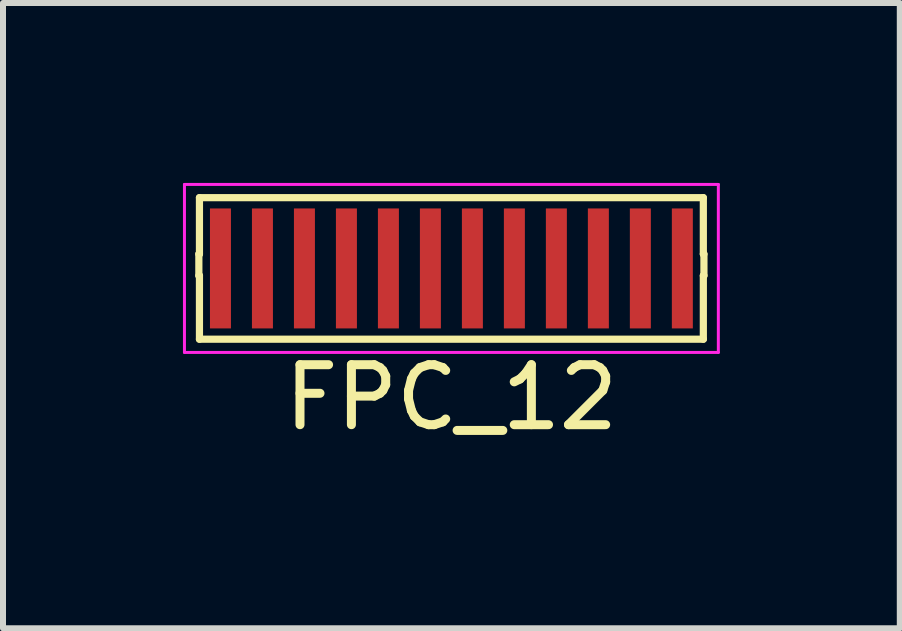
<source format=kicad_pcb>
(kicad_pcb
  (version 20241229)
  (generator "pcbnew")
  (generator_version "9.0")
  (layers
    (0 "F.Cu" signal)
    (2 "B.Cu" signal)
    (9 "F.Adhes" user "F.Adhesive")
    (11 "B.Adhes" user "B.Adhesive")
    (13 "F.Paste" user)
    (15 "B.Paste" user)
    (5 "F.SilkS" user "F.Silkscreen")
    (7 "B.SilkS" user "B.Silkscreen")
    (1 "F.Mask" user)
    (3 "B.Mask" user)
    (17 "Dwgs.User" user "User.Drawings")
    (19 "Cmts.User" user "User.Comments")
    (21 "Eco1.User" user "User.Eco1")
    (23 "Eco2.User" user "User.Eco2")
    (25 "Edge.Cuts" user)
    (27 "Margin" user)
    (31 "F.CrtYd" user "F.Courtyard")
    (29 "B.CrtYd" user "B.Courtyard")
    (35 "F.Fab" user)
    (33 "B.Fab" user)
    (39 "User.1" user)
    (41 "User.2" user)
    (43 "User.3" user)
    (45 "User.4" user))
  (footprint "FPC_12"
    (layer "F.Cu")
    (at 4.475 1.425)
    (property "Reference" "FPC_12" (at 0 2.15 0) (layer "F.SilkS") (effects (font (size 1 1) (thickness 0.15))))
    (attr through_hole)
    (fp_line (start -4.21 -0.24) (end -4.2 -0.24) (stroke (width 0.12) (type solid)) (layer "F.SilkS"))
    (fp_line (start -4.21 0.12) (end -4.21 -0.24) (stroke (width 0.12) (type solid)) (layer "F.SilkS"))
    (fp_line (start -4.2 -1.18) (end 4.2 -1.18) (stroke (width 0.12) (type solid)) (layer "F.SilkS"))
    (fp_line (start -4.2 -0.24) (end -4.2 -1.18) (stroke (width 0.12) (type solid)) (layer "F.SilkS"))
    (fp_line (start -4.2 0.12) (end -4.21 0.12) (stroke (width 0.12) (type solid)) (layer "F.SilkS"))
    (fp_line (start -4.2 1.18) (end -4.2 0.12) (stroke (width 0.12) (type solid)) (layer "F.SilkS"))
    (fp_line (start -4.2 1.18) (end 4.2 1.18) (stroke (width 0.12) (type solid)) (layer "F.SilkS"))
    (fp_line (start 4.2 -0.24) (end 4.2 -1.18) (stroke (width 0.12) (type solid)) (layer "F.SilkS"))
    (fp_line (start 4.2 0.12) (end 4.21 0.12) (stroke (width 0.12) (type solid)) (layer "F.SilkS"))
    (fp_line (start 4.2 1.18) (end 4.2 0.12) (stroke (width 0.12) (type solid)) (layer "F.SilkS"))
    (fp_line (start 4.21 -0.24) (end 4.2 -0.24) (stroke (width 0.12) (type solid)) (layer "F.SilkS"))
    (fp_line (start 4.21 0.12) (end 4.21 -0.24) (stroke (width 0.12) (type solid)) (layer "F.SilkS"))
    (fp_line (start -4.45 -1.4) (end -4.45 1.4) (stroke (width 0.05) (type solid)) (layer "F.CrtYd"))
    (fp_line (start -4.45 -1.4) (end 4.45 -1.4) (stroke (width 0.05) (type solid)) (layer "F.CrtYd"))
    (fp_line (start -4.45 1.4) (end 4.45 1.4) (stroke (width 0.05) (type solid)) (layer "F.CrtYd"))
    (fp_line (start 4.45 -1.4) (end 4.45 1.4) (stroke (width 0.05) (type solid)) (layer "F.CrtYd"))
    (pad "0" smd rect (at -3.85 0) (size 0.001 0.001) (layers "F.Cu" "F.Mask" "F.Paste"))
    (pad "0" smd rect (at 3.85 0) (size 0.001 0.001) (layers "F.Cu" "F.Mask" "F.Paste"))
    (pad "1" smd rect (at -3.85 0) (size 0.35 2) (layers "F.Cu" "F.Mask" "F.Paste"))
    (pad "2" smd rect (at -3.15 0) (size 0.35 2) (layers "F.Cu" "F.Mask" "F.Paste"))
    (pad "3" smd rect (at -2.45 0) (size 0.35 2) (layers "F.Cu" "F.Mask" "F.Paste"))
    (pad "4" smd rect (at -1.75 0) (size 0.35 2) (layers "F.Cu" "F.Mask" "F.Paste"))
    (pad "5" smd rect (at -1.05 0) (size 0.35 2) (layers "F.Cu" "F.Mask" "F.Paste"))
    (pad "6" smd rect (at -0.35 0) (size 0.35 2) (layers "F.Cu" "F.Mask" "F.Paste"))
    (pad "7" smd rect (at 0.35 0) (size 0.35 2) (layers "F.Cu" "F.Mask" "F.Paste"))
    (pad "8" smd rect (at 1.05 0) (size 0.35 2) (layers "F.Cu" "F.Mask" "F.Paste"))
    (pad "9" smd rect (at 1.75 0) (size 0.35 2) (layers "F.Cu" "F.Mask" "F.Paste"))
    (pad "10" smd rect (at 2.45 0) (size 0.35 2) (layers "F.Cu" "F.Mask" "F.Paste"))
    (pad "11" smd rect (at 3.15 0) (size 0.35 2) (layers "F.Cu" "F.Mask" "F.Paste"))
    (pad "12" smd rect (at 3.85 0) (size 0.35 2) (layers "F.Cu" "F.Mask" "F.Paste")))
  (gr_rect
    (start -3 -3)
    (end 11.95 7.423)
    (stroke (width 0.1) (type default))
    (fill no)
    (layer "Edge.Cuts")))
</source>
